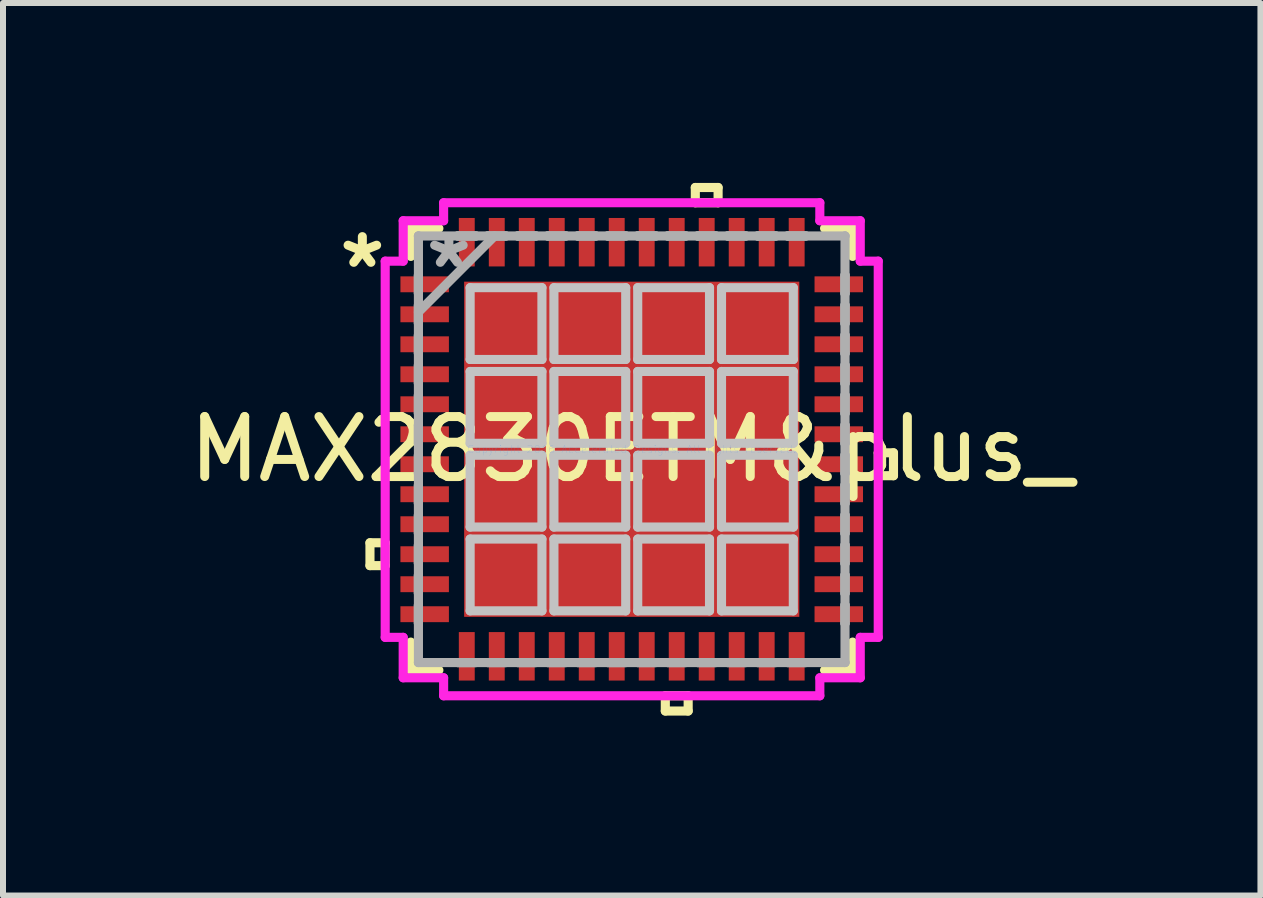
<source format=kicad_pcb>
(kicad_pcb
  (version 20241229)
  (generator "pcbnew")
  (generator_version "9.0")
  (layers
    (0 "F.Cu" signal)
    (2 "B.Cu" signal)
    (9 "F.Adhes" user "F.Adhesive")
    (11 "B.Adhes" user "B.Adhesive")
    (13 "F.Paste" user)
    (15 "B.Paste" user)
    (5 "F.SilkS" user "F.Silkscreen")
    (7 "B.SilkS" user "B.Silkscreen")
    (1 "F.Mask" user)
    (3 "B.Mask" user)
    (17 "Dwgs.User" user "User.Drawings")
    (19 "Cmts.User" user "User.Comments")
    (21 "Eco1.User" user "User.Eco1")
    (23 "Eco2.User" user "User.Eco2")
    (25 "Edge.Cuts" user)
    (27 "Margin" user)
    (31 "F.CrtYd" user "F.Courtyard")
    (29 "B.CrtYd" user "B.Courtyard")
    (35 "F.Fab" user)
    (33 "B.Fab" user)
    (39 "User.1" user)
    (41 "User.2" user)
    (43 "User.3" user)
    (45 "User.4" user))
  (footprint "MAX2830ETM&plus_"
    (layer "F.Cu")
    (at 7.482 4.44)
    (property "Reference" "MAX2830ETM&plus_" (at 0 0 0) (layer "F.SilkS") (effects (font (size 1 1) (thickness 0.15))))
    (attr through_hole)
    (fp_line (start -4.364 1.559) (end -4.364 1.94) (stroke (width 0.152) (type solid)) (layer "F.SilkS"))
    (fp_line (start -4.364 1.94) (end -4.11 1.94) (stroke (width 0.152) (type solid)) (layer "F.SilkS"))
    (fp_line (start -4.11 1.559) (end -4.364 1.559) (stroke (width 0.152) (type solid)) (layer "F.SilkS"))
    (fp_line (start -4.11 1.94) (end -4.11 1.559) (stroke (width 0.152) (type solid)) (layer "F.SilkS"))
    (fp_line (start -3.683 -3.683) (end -3.683 -3.215) (stroke (width 0.152) (type solid)) (layer "F.SilkS"))
    (fp_line (start -3.683 3.215) (end -3.683 3.683) (stroke (width 0.152) (type solid)) (layer "F.SilkS"))
    (fp_line (start -3.683 3.683) (end -3.215 3.683) (stroke (width 0.152) (type solid)) (layer "F.SilkS"))
    (fp_line (start -3.215 -3.683) (end -3.683 -3.683) (stroke (width 0.152) (type solid)) (layer "F.SilkS"))
    (fp_line (start 0.56 4.11) (end 0.56 4.364) (stroke (width 0.152) (type solid)) (layer "F.SilkS"))
    (fp_line (start 0.56 4.364) (end 0.941 4.364) (stroke (width 0.152) (type solid)) (layer "F.SilkS"))
    (fp_line (start 0.941 4.11) (end 0.56 4.11) (stroke (width 0.152) (type solid)) (layer "F.SilkS"))
    (fp_line (start 0.941 4.364) (end 0.941 4.11) (stroke (width 0.152) (type solid)) (layer "F.SilkS"))
    (fp_line (start 1.06 -4.364) (end 1.44 -4.364) (stroke (width 0.152) (type solid)) (layer "F.SilkS"))
    (fp_line (start 1.06 -4.11) (end 1.06 -4.364) (stroke (width 0.152) (type solid)) (layer "F.SilkS"))
    (fp_line (start 1.44 -4.364) (end 1.44 -4.11) (stroke (width 0.152) (type solid)) (layer "F.SilkS"))
    (fp_line (start 1.44 -4.11) (end 1.06 -4.11) (stroke (width 0.152) (type solid)) (layer "F.SilkS"))
    (fp_line (start 3.215 3.683) (end 3.683 3.683) (stroke (width 0.152) (type solid)) (layer "F.SilkS"))
    (fp_line (start 3.683 -3.683) (end 3.215 -3.683) (stroke (width 0.152) (type solid)) (layer "F.SilkS"))
    (fp_line (start 3.683 -3.215) (end 3.683 -3.683) (stroke (width 0.152) (type solid)) (layer "F.SilkS"))
    (fp_line (start 3.683 3.683) (end 3.683 3.215) (stroke (width 0.152) (type solid)) (layer "F.SilkS"))
    (fp_line (start 4.11 0.059) (end 4.364 0.059) (stroke (width 0.152) (type solid)) (layer "F.SilkS"))
    (fp_line (start 4.11 0.441) (end 4.11 0.059) (stroke (width 0.152) (type solid)) (layer "F.SilkS"))
    (fp_line (start 4.364 0.059) (end 4.364 0.441) (stroke (width 0.152) (type solid)) (layer "F.SilkS"))
    (fp_line (start 4.364 0.441) (end 4.11 0.441) (stroke (width 0.152) (type solid)) (layer "F.SilkS"))
    (fp_line (start -2.694 -2.694) (end -2.694 -1.497) (stroke (width 0.152) (type solid)) (layer "Dwgs.User"))
    (fp_line (start -2.694 -1.497) (end -1.497 -1.497) (stroke (width 0.152) (type solid)) (layer "Dwgs.User"))
    (fp_line (start -2.694 -1.297) (end -2.694 -0.1) (stroke (width 0.152) (type solid)) (layer "Dwgs.User"))
    (fp_line (start -2.694 -0.1) (end -1.497 -0.1) (stroke (width 0.152) (type solid)) (layer "Dwgs.User"))
    (fp_line (start -2.694 0.1) (end -2.694 1.297) (stroke (width 0.152) (type solid)) (layer "Dwgs.User"))
    (fp_line (start -2.694 1.297) (end -1.497 1.297) (stroke (width 0.152) (type solid)) (layer "Dwgs.User"))
    (fp_line (start -2.694 1.497) (end -2.694 2.694) (stroke (width 0.152) (type solid)) (layer "Dwgs.User"))
    (fp_line (start -2.694 2.694) (end -1.497 2.694) (stroke (width 0.152) (type solid)) (layer "Dwgs.User"))
    (fp_line (start -1.497 -2.694) (end -2.694 -2.694) (stroke (width 0.152) (type solid)) (layer "Dwgs.User"))
    (fp_line (start -1.497 -1.497) (end -1.497 -2.694) (stroke (width 0.152) (type solid)) (layer "Dwgs.User"))
    (fp_line (start -1.497 -1.297) (end -2.694 -1.297) (stroke (width 0.152) (type solid)) (layer "Dwgs.User"))
    (fp_line (start -1.497 -0.1) (end -1.497 -1.297) (stroke (width 0.152) (type solid)) (layer "Dwgs.User"))
    (fp_line (start -1.497 0.1) (end -2.694 0.1) (stroke (width 0.152) (type solid)) (layer "Dwgs.User"))
    (fp_line (start -1.497 1.297) (end -1.497 0.1) (stroke (width 0.152) (type solid)) (layer "Dwgs.User"))
    (fp_line (start -1.497 1.497) (end -2.694 1.497) (stroke (width 0.152) (type solid)) (layer "Dwgs.User"))
    (fp_line (start -1.497 2.694) (end -1.497 1.497) (stroke (width 0.152) (type solid)) (layer "Dwgs.User"))
    (fp_line (start -1.297 -2.694) (end -1.297 -1.497) (stroke (width 0.152) (type solid)) (layer "Dwgs.User"))
    (fp_line (start -1.297 -1.497) (end -0.1 -1.497) (stroke (width 0.152) (type solid)) (layer "Dwgs.User"))
    (fp_line (start -1.297 -1.297) (end -1.297 -0.1) (stroke (width 0.152) (type solid)) (layer "Dwgs.User"))
    (fp_line (start -1.297 -0.1) (end -0.1 -0.1) (stroke (width 0.152) (type solid)) (layer "Dwgs.User"))
    (fp_line (start -1.297 0.1) (end -1.297 1.297) (stroke (width 0.152) (type solid)) (layer "Dwgs.User"))
    (fp_line (start -1.297 1.297) (end -0.1 1.297) (stroke (width 0.152) (type solid)) (layer "Dwgs.User"))
    (fp_line (start -1.297 1.497) (end -1.297 2.694) (stroke (width 0.152) (type solid)) (layer "Dwgs.User"))
    (fp_line (start -1.297 2.694) (end -0.1 2.694) (stroke (width 0.152) (type solid)) (layer "Dwgs.User"))
    (fp_line (start -0.1 -2.694) (end -1.297 -2.694) (stroke (width 0.152) (type solid)) (layer "Dwgs.User"))
    (fp_line (start -0.1 -1.497) (end -0.1 -2.694) (stroke (width 0.152) (type solid)) (layer "Dwgs.User"))
    (fp_line (start -0.1 -1.297) (end -1.297 -1.297) (stroke (width 0.152) (type solid)) (layer "Dwgs.User"))
    (fp_line (start -0.1 -0.1) (end -0.1 -1.297) (stroke (width 0.152) (type solid)) (layer "Dwgs.User"))
    (fp_line (start -0.1 0.1) (end -1.297 0.1) (stroke (width 0.152) (type solid)) (layer "Dwgs.User"))
    (fp_line (start -0.1 1.297) (end -0.1 0.1) (stroke (width 0.152) (type solid)) (layer "Dwgs.User"))
    (fp_line (start -0.1 1.497) (end -1.297 1.497) (stroke (width 0.152) (type solid)) (layer "Dwgs.User"))
    (fp_line (start -0.1 2.694) (end -0.1 1.497) (stroke (width 0.152) (type solid)) (layer "Dwgs.User"))
    (fp_line (start 0.1 -2.694) (end 0.1 -1.497) (stroke (width 0.152) (type solid)) (layer "Dwgs.User"))
    (fp_line (start 0.1 -1.497) (end 1.297 -1.497) (stroke (width 0.152) (type solid)) (layer "Dwgs.User"))
    (fp_line (start 0.1 -1.297) (end 0.1 -0.1) (stroke (width 0.152) (type solid)) (layer "Dwgs.User"))
    (fp_line (start 0.1 -0.1) (end 1.297 -0.1) (stroke (width 0.152) (type solid)) (layer "Dwgs.User"))
    (fp_line (start 0.1 0.1) (end 0.1 1.297) (stroke (width 0.152) (type solid)) (layer "Dwgs.User"))
    (fp_line (start 0.1 1.297) (end 1.297 1.297) (stroke (width 0.152) (type solid)) (layer "Dwgs.User"))
    (fp_line (start 0.1 1.497) (end 0.1 2.694) (stroke (width 0.152) (type solid)) (layer "Dwgs.User"))
    (fp_line (start 0.1 2.694) (end 1.297 2.694) (stroke (width 0.152) (type solid)) (layer "Dwgs.User"))
    (fp_line (start 1.297 -2.694) (end 0.1 -2.694) (stroke (width 0.152) (type solid)) (layer "Dwgs.User"))
    (fp_line (start 1.297 -1.497) (end 1.297 -2.694) (stroke (width 0.152) (type solid)) (layer "Dwgs.User"))
    (fp_line (start 1.297 -1.297) (end 0.1 -1.297) (stroke (width 0.152) (type solid)) (layer "Dwgs.User"))
    (fp_line (start 1.297 -0.1) (end 1.297 -1.297) (stroke (width 0.152) (type solid)) (layer "Dwgs.User"))
    (fp_line (start 1.297 0.1) (end 0.1 0.1) (stroke (width 0.152) (type solid)) (layer "Dwgs.User"))
    (fp_line (start 1.297 1.297) (end 1.297 0.1) (stroke (width 0.152) (type solid)) (layer "Dwgs.User"))
    (fp_line (start 1.297 1.497) (end 0.1 1.497) (stroke (width 0.152) (type solid)) (layer "Dwgs.User"))
    (fp_line (start 1.297 2.694) (end 1.297 1.497) (stroke (width 0.152) (type solid)) (layer "Dwgs.User"))
    (fp_line (start 1.497 -2.694) (end 1.497 -1.497) (stroke (width 0.152) (type solid)) (layer "Dwgs.User"))
    (fp_line (start 1.497 -1.497) (end 2.694 -1.497) (stroke (width 0.152) (type solid)) (layer "Dwgs.User"))
    (fp_line (start 1.497 -1.297) (end 1.497 -0.1) (stroke (width 0.152) (type solid)) (layer "Dwgs.User"))
    (fp_line (start 1.497 -0.1) (end 2.694 -0.1) (stroke (width 0.152) (type solid)) (layer "Dwgs.User"))
    (fp_line (start 1.497 0.1) (end 1.497 1.297) (stroke (width 0.152) (type solid)) (layer "Dwgs.User"))
    (fp_line (start 1.497 1.297) (end 2.694 1.297) (stroke (width 0.152) (type solid)) (layer "Dwgs.User"))
    (fp_line (start 1.497 1.497) (end 1.497 2.694) (stroke (width 0.152) (type solid)) (layer "Dwgs.User"))
    (fp_line (start 1.497 2.694) (end 2.694 2.694) (stroke (width 0.152) (type solid)) (layer "Dwgs.User"))
    (fp_line (start 2.694 -2.694) (end 1.497 -2.694) (stroke (width 0.152) (type solid)) (layer "Dwgs.User"))
    (fp_line (start 2.694 -1.497) (end 2.694 -2.694) (stroke (width 0.152) (type solid)) (layer "Dwgs.User"))
    (fp_line (start 2.694 -1.297) (end 1.497 -1.297) (stroke (width 0.152) (type solid)) (layer "Dwgs.User"))
    (fp_line (start 2.694 -0.1) (end 2.694 -1.297) (stroke (width 0.152) (type solid)) (layer "Dwgs.User"))
    (fp_line (start 2.694 0.1) (end 1.497 0.1) (stroke (width 0.152) (type solid)) (layer "Dwgs.User"))
    (fp_line (start 2.694 1.297) (end 2.694 0.1) (stroke (width 0.152) (type solid)) (layer "Dwgs.User"))
    (fp_line (start 2.694 1.497) (end 1.497 1.497) (stroke (width 0.152) (type solid)) (layer "Dwgs.User"))
    (fp_line (start 2.694 2.694) (end 2.694 1.497) (stroke (width 0.152) (type solid)) (layer "Dwgs.User"))
    (fp_line (start -4.11 -3.136) (end -3.81 -3.136) (stroke (width 0.152) (type solid)) (layer "F.CrtYd"))
    (fp_line (start -4.11 3.136) (end -4.11 -3.136) (stroke (width 0.152) (type solid)) (layer "F.CrtYd"))
    (fp_line (start -3.81 -3.81) (end -3.136 -3.81) (stroke (width 0.152) (type solid)) (layer "F.CrtYd"))
    (fp_line (start -3.81 -3.136) (end -3.81 -3.81) (stroke (width 0.152) (type solid)) (layer "F.CrtYd"))
    (fp_line (start -3.81 3.136) (end -4.11 3.136) (stroke (width 0.152) (type solid)) (layer "F.CrtYd"))
    (fp_line (start -3.81 3.81) (end -3.81 3.136) (stroke (width 0.152) (type solid)) (layer "F.CrtYd"))
    (fp_line (start -3.136 -4.11) (end 3.136 -4.11) (stroke (width 0.152) (type solid)) (layer "F.CrtYd"))
    (fp_line (start -3.136 -3.81) (end -3.136 -4.11) (stroke (width 0.152) (type solid)) (layer "F.CrtYd"))
    (fp_line (start -3.136 3.81) (end -3.81 3.81) (stroke (width 0.152) (type solid)) (layer "F.CrtYd"))
    (fp_line (start -3.136 4.11) (end -3.136 3.81) (stroke (width 0.152) (type solid)) (layer "F.CrtYd"))
    (fp_line (start 3.136 -4.11) (end 3.136 -3.81) (stroke (width 0.152) (type solid)) (layer "F.CrtYd"))
    (fp_line (start 3.136 -3.81) (end 3.81 -3.81) (stroke (width 0.152) (type solid)) (layer "F.CrtYd"))
    (fp_line (start 3.136 3.81) (end 3.136 4.11) (stroke (width 0.152) (type solid)) (layer "F.CrtYd"))
    (fp_line (start 3.136 4.11) (end -3.136 4.11) (stroke (width 0.152) (type solid)) (layer "F.CrtYd"))
    (fp_line (start 3.81 -3.81) (end 3.81 -3.136) (stroke (width 0.152) (type solid)) (layer "F.CrtYd"))
    (fp_line (start 3.81 -3.136) (end 4.11 -3.136) (stroke (width 0.152) (type solid)) (layer "F.CrtYd"))
    (fp_line (start 3.81 3.136) (end 3.81 3.81) (stroke (width 0.152) (type solid)) (layer "F.CrtYd"))
    (fp_line (start 3.81 3.81) (end 3.136 3.81) (stroke (width 0.152) (type solid)) (layer "F.CrtYd"))
    (fp_line (start 4.11 -3.136) (end 4.11 3.136) (stroke (width 0.152) (type solid)) (layer "F.CrtYd"))
    (fp_line (start 4.11 3.136) (end 3.81 3.136) (stroke (width 0.152) (type solid)) (layer "F.CrtYd"))
    (fp_line (start -3.556 -3.556) (end -3.556 -3.556) (stroke (width 0.152) (type solid)) (layer "F.Fab"))
    (fp_line (start -3.556 -3.556) (end -3.556 3.556) (stroke (width 0.152) (type solid)) (layer "F.Fab"))
    (fp_line (start -3.556 -2.902) (end -3.556 -2.902) (stroke (width 0.152) (type solid)) (layer "F.Fab"))
    (fp_line (start -3.556 -2.902) (end -3.556 -2.598) (stroke (width 0.152) (type solid)) (layer "F.Fab"))
    (fp_line (start -3.556 -2.598) (end -3.556 -2.902) (stroke (width 0.152) (type solid)) (layer "F.Fab"))
    (fp_line (start -3.556 -2.598) (end -3.556 -2.598) (stroke (width 0.152) (type solid)) (layer "F.Fab"))
    (fp_line (start -3.556 -2.402) (end -3.556 -2.402) (stroke (width 0.152) (type solid)) (layer "F.Fab"))
    (fp_line (start -3.556 -2.402) (end -3.556 -2.098) (stroke (width 0.152) (type solid)) (layer "F.Fab"))
    (fp_line (start -3.556 -2.286) (end -2.286 -3.556) (stroke (width 0.152) (type solid)) (layer "F.Fab"))
    (fp_line (start -3.556 -2.098) (end -3.556 -2.402) (stroke (width 0.152) (type solid)) (layer "F.Fab"))
    (fp_line (start -3.556 -2.098) (end -3.556 -2.098) (stroke (width 0.152) (type solid)) (layer "F.Fab"))
    (fp_line (start -3.556 -1.902) (end -3.556 -1.902) (stroke (width 0.152) (type solid)) (layer "F.Fab"))
    (fp_line (start -3.556 -1.902) (end -3.556 -1.598) (stroke (width 0.152) (type solid)) (layer "F.Fab"))
    (fp_line (start -3.556 -1.598) (end -3.556 -1.902) (stroke (width 0.152) (type solid)) (layer "F.Fab"))
    (fp_line (start -3.556 -1.598) (end -3.556 -1.598) (stroke (width 0.152) (type solid)) (layer "F.Fab"))
    (fp_line (start -3.556 -1.402) (end -3.556 -1.402) (stroke (width 0.152) (type solid)) (layer "F.Fab"))
    (fp_line (start -3.556 -1.402) (end -3.556 -1.098) (stroke (width 0.152) (type solid)) (layer "F.Fab"))
    (fp_line (start -3.556 -1.098) (end -3.556 -1.402) (stroke (width 0.152) (type solid)) (layer "F.Fab"))
    (fp_line (start -3.556 -1.098) (end -3.556 -1.098) (stroke (width 0.152) (type solid)) (layer "F.Fab"))
    (fp_line (start -3.556 -0.902) (end -3.556 -0.902) (stroke (width 0.152) (type solid)) (layer "F.Fab"))
    (fp_line (start -3.556 -0.902) (end -3.556 -0.598) (stroke (width 0.152) (type solid)) (layer "F.Fab"))
    (fp_line (start -3.556 -0.598) (end -3.556 -0.902) (stroke (width 0.152) (type solid)) (layer "F.Fab"))
    (fp_line (start -3.556 -0.598) (end -3.556 -0.598) (stroke (width 0.152) (type solid)) (layer "F.Fab"))
    (fp_line (start -3.556 -0.402) (end -3.556 -0.402) (stroke (width 0.152) (type solid)) (layer "F.Fab"))
    (fp_line (start -3.556 -0.402) (end -3.556 -0.098) (stroke (width 0.152) (type solid)) (layer "F.Fab"))
    (fp_line (start -3.556 -0.098) (end -3.556 -0.402) (stroke (width 0.152) (type solid)) (layer "F.Fab"))
    (fp_line (start -3.556 -0.098) (end -3.556 -0.098) (stroke (width 0.152) (type solid)) (layer "F.Fab"))
    (fp_line (start -3.556 0.098) (end -3.556 0.098) (stroke (width 0.152) (type solid)) (layer "F.Fab"))
    (fp_line (start -3.556 0.098) (end -3.556 0.402) (stroke (width 0.152) (type solid)) (layer "F.Fab"))
    (fp_line (start -3.556 0.402) (end -3.556 0.098) (stroke (width 0.152) (type solid)) (layer "F.Fab"))
    (fp_line (start -3.556 0.402) (end -3.556 0.402) (stroke (width 0.152) (type solid)) (layer "F.Fab"))
    (fp_line (start -3.556 0.598) (end -3.556 0.598) (stroke (width 0.152) (type solid)) (layer "F.Fab"))
    (fp_line (start -3.556 0.598) (end -3.556 0.902) (stroke (width 0.152) (type solid)) (layer "F.Fab"))
    (fp_line (start -3.556 0.902) (end -3.556 0.598) (stroke (width 0.152) (type solid)) (layer "F.Fab"))
    (fp_line (start -3.556 0.902) (end -3.556 0.902) (stroke (width 0.152) (type solid)) (layer "F.Fab"))
    (fp_line (start -3.556 1.098) (end -3.556 1.098) (stroke (width 0.152) (type solid)) (layer "F.Fab"))
    (fp_line (start -3.556 1.098) (end -3.556 1.402) (stroke (width 0.152) (type solid)) (layer "F.Fab"))
    (fp_line (start -3.556 1.402) (end -3.556 1.098) (stroke (width 0.152) (type solid)) (layer "F.Fab"))
    (fp_line (start -3.556 1.402) (end -3.556 1.402) (stroke (width 0.152) (type solid)) (layer "F.Fab"))
    (fp_line (start -3.556 1.598) (end -3.556 1.598) (stroke (width 0.152) (type solid)) (layer "F.Fab"))
    (fp_line (start -3.556 1.598) (end -3.556 1.902) (stroke (width 0.152) (type solid)) (layer "F.Fab"))
    (fp_line (start -3.556 1.902) (end -3.556 1.598) (stroke (width 0.152) (type solid)) (layer "F.Fab"))
    (fp_line (start -3.556 1.902) (end -3.556 1.902) (stroke (width 0.152) (type solid)) (layer "F.Fab"))
    (fp_line (start -3.556 2.098) (end -3.556 2.098) (stroke (width 0.152) (type solid)) (layer "F.Fab"))
    (fp_line (start -3.556 2.098) (end -3.556 2.402) (stroke (width 0.152) (type solid)) (layer "F.Fab"))
    (fp_line (start -3.556 2.402) (end -3.556 2.098) (stroke (width 0.152) (type solid)) (layer "F.Fab"))
    (fp_line (start -3.556 2.402) (end -3.556 2.402) (stroke (width 0.152) (type solid)) (layer "F.Fab"))
    (fp_line (start -3.556 2.598) (end -3.556 2.598) (stroke (width 0.152) (type solid)) (layer "F.Fab"))
    (fp_line (start -3.556 2.598) (end -3.556 2.902) (stroke (width 0.152) (type solid)) (layer "F.Fab"))
    (fp_line (start -3.556 2.902) (end -3.556 2.598) (stroke (width 0.152) (type solid)) (layer "F.Fab"))
    (fp_line (start -3.556 2.902) (end -3.556 2.902) (stroke (width 0.152) (type solid)) (layer "F.Fab"))
    (fp_line (start -3.556 3.556) (end -3.556 3.556) (stroke (width 0.152) (type solid)) (layer "F.Fab"))
    (fp_line (start -3.556 3.556) (end 3.556 3.556) (stroke (width 0.152) (type solid)) (layer "F.Fab"))
    (fp_line (start -2.902 -3.556) (end -2.902 -3.556) (stroke (width 0.152) (type solid)) (layer "F.Fab"))
    (fp_line (start -2.902 -3.556) (end -2.598 -3.556) (stroke (width 0.152) (type solid)) (layer "F.Fab"))
    (fp_line (start -2.902 3.556) (end -2.902 3.556) (stroke (width 0.152) (type solid)) (layer "F.Fab"))
    (fp_line (start -2.902 3.556) (end -2.598 3.556) (stroke (width 0.152) (type solid)) (layer "F.Fab"))
    (fp_line (start -2.598 -3.556) (end -2.902 -3.556) (stroke (width 0.152) (type solid)) (layer "F.Fab"))
    (fp_line (start -2.598 -3.556) (end -2.598 -3.556) (stroke (width 0.152) (type solid)) (layer "F.Fab"))
    (fp_line (start -2.598 3.556) (end -2.902 3.556) (stroke (width 0.152) (type solid)) (layer "F.Fab"))
    (fp_line (start -2.598 3.556) (end -2.598 3.556) (stroke (width 0.152) (type solid)) (layer "F.Fab"))
    (fp_line (start -2.402 -3.556) (end -2.402 -3.556) (stroke (width 0.152) (type solid)) (layer "F.Fab"))
    (fp_line (start -2.402 -3.556) (end -2.098 -3.556) (stroke (width 0.152) (type solid)) (layer "F.Fab"))
    (fp_line (start -2.402 3.556) (end -2.402 3.556) (stroke (width 0.152) (type solid)) (layer "F.Fab"))
    (fp_line (start -2.402 3.556) (end -2.098 3.556) (stroke (width 0.152) (type solid)) (layer "F.Fab"))
    (fp_line (start -2.098 -3.556) (end -2.402 -3.556) (stroke (width 0.152) (type solid)) (layer "F.Fab"))
    (fp_line (start -2.098 -3.556) (end -2.098 -3.556) (stroke (width 0.152) (type solid)) (layer "F.Fab"))
    (fp_line (start -2.098 3.556) (end -2.402 3.556) (stroke (width 0.152) (type solid)) (layer "F.Fab"))
    (fp_line (start -2.098 3.556) (end -2.098 3.556) (stroke (width 0.152) (type solid)) (layer "F.Fab"))
    (fp_line (start -1.902 -3.556) (end -1.902 -3.556) (stroke (width 0.152) (type solid)) (layer "F.Fab"))
    (fp_line (start -1.902 -3.556) (end -1.598 -3.556) (stroke (width 0.152) (type solid)) (layer "F.Fab"))
    (fp_line (start -1.902 3.556) (end -1.902 3.556) (stroke (width 0.152) (type solid)) (layer "F.Fab"))
    (fp_line (start -1.902 3.556) (end -1.598 3.556) (stroke (width 0.152) (type solid)) (layer "F.Fab"))
    (fp_line (start -1.598 -3.556) (end -1.902 -3.556) (stroke (width 0.152) (type solid)) (layer "F.Fab"))
    (fp_line (start -1.598 -3.556) (end -1.598 -3.556) (stroke (width 0.152) (type solid)) (layer "F.Fab"))
    (fp_line (start -1.598 3.556) (end -1.902 3.556) (stroke (width 0.152) (type solid)) (layer "F.Fab"))
    (fp_line (start -1.598 3.556) (end -1.598 3.556) (stroke (width 0.152) (type solid)) (layer "F.Fab"))
    (fp_line (start -1.402 -3.556) (end -1.402 -3.556) (stroke (width 0.152) (type solid)) (layer "F.Fab"))
    (fp_line (start -1.402 -3.556) (end -1.098 -3.556) (stroke (width 0.152) (type solid)) (layer "F.Fab"))
    (fp_line (start -1.402 3.556) (end -1.402 3.556) (stroke (width 0.152) (type solid)) (layer "F.Fab"))
    (fp_line (start -1.402 3.556) (end -1.098 3.556) (stroke (width 0.152) (type solid)) (layer "F.Fab"))
    (fp_line (start -1.098 -3.556) (end -1.402 -3.556) (stroke (width 0.152) (type solid)) (layer "F.Fab"))
    (fp_line (start -1.098 -3.556) (end -1.098 -3.556) (stroke (width 0.152) (type solid)) (layer "F.Fab"))
    (fp_line (start -1.098 3.556) (end -1.402 3.556) (stroke (width 0.152) (type solid)) (layer "F.Fab"))
    (fp_line (start -1.098 3.556) (end -1.098 3.556) (stroke (width 0.152) (type solid)) (layer "F.Fab"))
    (fp_line (start -0.902 -3.556) (end -0.902 -3.556) (stroke (width 0.152) (type solid)) (layer "F.Fab"))
    (fp_line (start -0.902 -3.556) (end -0.598 -3.556) (stroke (width 0.152) (type solid)) (layer "F.Fab"))
    (fp_line (start -0.902 3.556) (end -0.902 3.556) (stroke (width 0.152) (type solid)) (layer "F.Fab"))
    (fp_line (start -0.902 3.556) (end -0.598 3.556) (stroke (width 0.152) (type solid)) (layer "F.Fab"))
    (fp_line (start -0.598 -3.556) (end -0.902 -3.556) (stroke (width 0.152) (type solid)) (layer "F.Fab"))
    (fp_line (start -0.598 -3.556) (end -0.598 -3.556) (stroke (width 0.152) (type solid)) (layer "F.Fab"))
    (fp_line (start -0.598 3.556) (end -0.902 3.556) (stroke (width 0.152) (type solid)) (layer "F.Fab"))
    (fp_line (start -0.598 3.556) (end -0.598 3.556) (stroke (width 0.152) (type solid)) (layer "F.Fab"))
    (fp_line (start -0.402 -3.556) (end -0.402 -3.556) (stroke (width 0.152) (type solid)) (layer "F.Fab"))
    (fp_line (start -0.402 -3.556) (end -0.098 -3.556) (stroke (width 0.152) (type solid)) (layer "F.Fab"))
    (fp_line (start -0.402 3.556) (end -0.402 3.556) (stroke (width 0.152) (type solid)) (layer "F.Fab"))
    (fp_line (start -0.402 3.556) (end -0.098 3.556) (stroke (width 0.152) (type solid)) (layer "F.Fab"))
    (fp_line (start -0.098 -3.556) (end -0.402 -3.556) (stroke (width 0.152) (type solid)) (layer "F.Fab"))
    (fp_line (start -0.098 -3.556) (end -0.098 -3.556) (stroke (width 0.152) (type solid)) (layer "F.Fab"))
    (fp_line (start -0.098 3.556) (end -0.402 3.556) (stroke (width 0.152) (type solid)) (layer "F.Fab"))
    (fp_line (start -0.098 3.556) (end -0.098 3.556) (stroke (width 0.152) (type solid)) (layer "F.Fab"))
    (fp_line (start 0.098 -3.556) (end 0.098 -3.556) (stroke (width 0.152) (type solid)) (layer "F.Fab"))
    (fp_line (start 0.098 -3.556) (end 0.402 -3.556) (stroke (width 0.152) (type solid)) (layer "F.Fab"))
    (fp_line (start 0.098 3.556) (end 0.098 3.556) (stroke (width 0.152) (type solid)) (layer "F.Fab"))
    (fp_line (start 0.098 3.556) (end 0.402 3.556) (stroke (width 0.152) (type solid)) (layer "F.Fab"))
    (fp_line (start 0.402 -3.556) (end 0.098 -3.556) (stroke (width 0.152) (type solid)) (layer "F.Fab"))
    (fp_line (start 0.402 -3.556) (end 0.402 -3.556) (stroke (width 0.152) (type solid)) (layer "F.Fab"))
    (fp_line (start 0.402 3.556) (end 0.098 3.556) (stroke (width 0.152) (type solid)) (layer "F.Fab"))
    (fp_line (start 0.402 3.556) (end 0.402 3.556) (stroke (width 0.152) (type solid)) (layer "F.Fab"))
    (fp_line (start 0.598 -3.556) (end 0.598 -3.556) (stroke (width 0.152) (type solid)) (layer "F.Fab"))
    (fp_line (start 0.598 -3.556) (end 0.902 -3.556) (stroke (width 0.152) (type solid)) (layer "F.Fab"))
    (fp_line (start 0.598 3.556) (end 0.598 3.556) (stroke (width 0.152) (type solid)) (layer "F.Fab"))
    (fp_line (start 0.598 3.556) (end 0.902 3.556) (stroke (width 0.152) (type solid)) (layer "F.Fab"))
    (fp_line (start 0.902 -3.556) (end 0.598 -3.556) (stroke (width 0.152) (type solid)) (layer "F.Fab"))
    (fp_line (start 0.902 -3.556) (end 0.902 -3.556) (stroke (width 0.152) (type solid)) (layer "F.Fab"))
    (fp_line (start 0.902 3.556) (end 0.598 3.556) (stroke (width 0.152) (type solid)) (layer "F.Fab"))
    (fp_line (start 0.902 3.556) (end 0.902 3.556) (stroke (width 0.152) (type solid)) (layer "F.Fab"))
    (fp_line (start 1.098 -3.556) (end 1.098 -3.556) (stroke (width 0.152) (type solid)) (layer "F.Fab"))
    (fp_line (start 1.098 -3.556) (end 1.402 -3.556) (stroke (width 0.152) (type solid)) (layer "F.Fab"))
    (fp_line (start 1.098 3.556) (end 1.098 3.556) (stroke (width 0.152) (type solid)) (layer "F.Fab"))
    (fp_line (start 1.098 3.556) (end 1.402 3.556) (stroke (width 0.152) (type solid)) (layer "F.Fab"))
    (fp_line (start 1.402 -3.556) (end 1.098 -3.556) (stroke (width 0.152) (type solid)) (layer "F.Fab"))
    (fp_line (start 1.402 -3.556) (end 1.402 -3.556) (stroke (width 0.152) (type solid)) (layer "F.Fab"))
    (fp_line (start 1.402 3.556) (end 1.098 3.556) (stroke (width 0.152) (type solid)) (layer "F.Fab"))
    (fp_line (start 1.402 3.556) (end 1.402 3.556) (stroke (width 0.152) (type solid)) (layer "F.Fab"))
    (fp_line (start 1.598 -3.556) (end 1.598 -3.556) (stroke (width 0.152) (type solid)) (layer "F.Fab"))
    (fp_line (start 1.598 -3.556) (end 1.902 -3.556) (stroke (width 0.152) (type solid)) (layer "F.Fab"))
    (fp_line (start 1.598 3.556) (end 1.598 3.556) (stroke (width 0.152) (type solid)) (layer "F.Fab"))
    (fp_line (start 1.598 3.556) (end 1.902 3.556) (stroke (width 0.152) (type solid)) (layer "F.Fab"))
    (fp_line (start 1.902 -3.556) (end 1.598 -3.556) (stroke (width 0.152) (type solid)) (layer "F.Fab"))
    (fp_line (start 1.902 -3.556) (end 1.902 -3.556) (stroke (width 0.152) (type solid)) (layer "F.Fab"))
    (fp_line (start 1.902 3.556) (end 1.598 3.556) (stroke (width 0.152) (type solid)) (layer "F.Fab"))
    (fp_line (start 1.902 3.556) (end 1.902 3.556) (stroke (width 0.152) (type solid)) (layer "F.Fab"))
    (fp_line (start 2.098 -3.556) (end 2.098 -3.556) (stroke (width 0.152) (type solid)) (layer "F.Fab"))
    (fp_line (start 2.098 -3.556) (end 2.402 -3.556) (stroke (width 0.152) (type solid)) (layer "F.Fab"))
    (fp_line (start 2.098 3.556) (end 2.098 3.556) (stroke (width 0.152) (type solid)) (layer "F.Fab"))
    (fp_line (start 2.098 3.556) (end 2.402 3.556) (stroke (width 0.152) (type solid)) (layer "F.Fab"))
    (fp_line (start 2.402 -3.556) (end 2.098 -3.556) (stroke (width 0.152) (type solid)) (layer "F.Fab"))
    (fp_line (start 2.402 -3.556) (end 2.402 -3.556) (stroke (width 0.152) (type solid)) (layer "F.Fab"))
    (fp_line (start 2.402 3.556) (end 2.098 3.556) (stroke (width 0.152) (type solid)) (layer "F.Fab"))
    (fp_line (start 2.402 3.556) (end 2.402 3.556) (stroke (width 0.152) (type solid)) (layer "F.Fab"))
    (fp_line (start 2.598 -3.556) (end 2.598 -3.556) (stroke (width 0.152) (type solid)) (layer "F.Fab"))
    (fp_line (start 2.598 -3.556) (end 2.902 -3.556) (stroke (width 0.152) (type solid)) (layer "F.Fab"))
    (fp_line (start 2.598 3.556) (end 2.598 3.556) (stroke (width 0.152) (type solid)) (layer "F.Fab"))
    (fp_line (start 2.598 3.556) (end 2.902 3.556) (stroke (width 0.152) (type solid)) (layer "F.Fab"))
    (fp_line (start 2.902 -3.556) (end 2.598 -3.556) (stroke (width 0.152) (type solid)) (layer "F.Fab"))
    (fp_line (start 2.902 -3.556) (end 2.902 -3.556) (stroke (width 0.152) (type solid)) (layer "F.Fab"))
    (fp_line (start 2.902 3.556) (end 2.598 3.556) (stroke (width 0.152) (type solid)) (layer "F.Fab"))
    (fp_line (start 2.902 3.556) (end 2.902 3.556) (stroke (width 0.152) (type solid)) (layer "F.Fab"))
    (fp_line (start 3.556 -3.556) (end -3.556 -3.556) (stroke (width 0.152) (type solid)) (layer "F.Fab"))
    (fp_line (start 3.556 -3.556) (end 3.556 -3.556) (stroke (width 0.152) (type solid)) (layer "F.Fab"))
    (fp_line (start 3.556 -2.902) (end 3.556 -2.902) (stroke (width 0.152) (type solid)) (layer "F.Fab"))
    (fp_line (start 3.556 -2.902) (end 3.556 -2.598) (stroke (width 0.152) (type solid)) (layer "F.Fab"))
    (fp_line (start 3.556 -2.598) (end 3.556 -2.902) (stroke (width 0.152) (type solid)) (layer "F.Fab"))
    (fp_line (start 3.556 -2.598) (end 3.556 -2.598) (stroke (width 0.152) (type solid)) (layer "F.Fab"))
    (fp_line (start 3.556 -2.402) (end 3.556 -2.402) (stroke (width 0.152) (type solid)) (layer "F.Fab"))
    (fp_line (start 3.556 -2.402) (end 3.556 -2.098) (stroke (width 0.152) (type solid)) (layer "F.Fab"))
    (fp_line (start 3.556 -2.098) (end 3.556 -2.402) (stroke (width 0.152) (type solid)) (layer "F.Fab"))
    (fp_line (start 3.556 -2.098) (end 3.556 -2.098) (stroke (width 0.152) (type solid)) (layer "F.Fab"))
    (fp_line (start 3.556 -1.902) (end 3.556 -1.902) (stroke (width 0.152) (type solid)) (layer "F.Fab"))
    (fp_line (start 3.556 -1.902) (end 3.556 -1.598) (stroke (width 0.152) (type solid)) (layer "F.Fab"))
    (fp_line (start 3.556 -1.598) (end 3.556 -1.902) (stroke (width 0.152) (type solid)) (layer "F.Fab"))
    (fp_line (start 3.556 -1.598) (end 3.556 -1.598) (stroke (width 0.152) (type solid)) (layer "F.Fab"))
    (fp_line (start 3.556 -1.402) (end 3.556 -1.402) (stroke (width 0.152) (type solid)) (layer "F.Fab"))
    (fp_line (start 3.556 -1.402) (end 3.556 -1.098) (stroke (width 0.152) (type solid)) (layer "F.Fab"))
    (fp_line (start 3.556 -1.098) (end 3.556 -1.402) (stroke (width 0.152) (type solid)) (layer "F.Fab"))
    (fp_line (start 3.556 -1.098) (end 3.556 -1.098) (stroke (width 0.152) (type solid)) (layer "F.Fab"))
    (fp_line (start 3.556 -0.902) (end 3.556 -0.902) (stroke (width 0.152) (type solid)) (layer "F.Fab"))
    (fp_line (start 3.556 -0.902) (end 3.556 -0.598) (stroke (width 0.152) (type solid)) (layer "F.Fab"))
    (fp_line (start 3.556 -0.598) (end 3.556 -0.902) (stroke (width 0.152) (type solid)) (layer "F.Fab"))
    (fp_line (start 3.556 -0.598) (end 3.556 -0.598) (stroke (width 0.152) (type solid)) (layer "F.Fab"))
    (fp_line (start 3.556 -0.402) (end 3.556 -0.402) (stroke (width 0.152) (type solid)) (layer "F.Fab"))
    (fp_line (start 3.556 -0.402) (end 3.556 -0.098) (stroke (width 0.152) (type solid)) (layer "F.Fab"))
    (fp_line (start 3.556 -0.098) (end 3.556 -0.402) (stroke (width 0.152) (type solid)) (layer "F.Fab"))
    (fp_line (start 3.556 -0.098) (end 3.556 -0.098) (stroke (width 0.152) (type solid)) (layer "F.Fab"))
    (fp_line (start 3.556 0.098) (end 3.556 0.098) (stroke (width 0.152) (type solid)) (layer "F.Fab"))
    (fp_line (start 3.556 0.098) (end 3.556 0.402) (stroke (width 0.152) (type solid)) (layer "F.Fab"))
    (fp_line (start 3.556 0.402) (end 3.556 0.098) (stroke (width 0.152) (type solid)) (layer "F.Fab"))
    (fp_line (start 3.556 0.402) (end 3.556 0.402) (stroke (width 0.152) (type solid)) (layer "F.Fab"))
    (fp_line (start 3.556 0.598) (end 3.556 0.598) (stroke (width 0.152) (type solid)) (layer "F.Fab"))
    (fp_line (start 3.556 0.598) (end 3.556 0.902) (stroke (width 0.152) (type solid)) (layer "F.Fab"))
    (fp_line (start 3.556 0.902) (end 3.556 0.598) (stroke (width 0.152) (type solid)) (layer "F.Fab"))
    (fp_line (start 3.556 0.902) (end 3.556 0.902) (stroke (width 0.152) (type solid)) (layer "F.Fab"))
    (fp_line (start 3.556 1.098) (end 3.556 1.098) (stroke (width 0.152) (type solid)) (layer "F.Fab"))
    (fp_line (start 3.556 1.098) (end 3.556 1.402) (stroke (width 0.152) (type solid)) (layer "F.Fab"))
    (fp_line (start 3.556 1.402) (end 3.556 1.098) (stroke (width 0.152) (type solid)) (layer "F.Fab"))
    (fp_line (start 3.556 1.402) (end 3.556 1.402) (stroke (width 0.152) (type solid)) (layer "F.Fab"))
    (fp_line (start 3.556 1.598) (end 3.556 1.598) (stroke (width 0.152) (type solid)) (layer "F.Fab"))
    (fp_line (start 3.556 1.598) (end 3.556 1.902) (stroke (width 0.152) (type solid)) (layer "F.Fab"))
    (fp_line (start 3.556 1.902) (end 3.556 1.598) (stroke (width 0.152) (type solid)) (layer "F.Fab"))
    (fp_line (start 3.556 1.902) (end 3.556 1.902) (stroke (width 0.152) (type solid)) (layer "F.Fab"))
    (fp_line (start 3.556 2.098) (end 3.556 2.098) (stroke (width 0.152) (type solid)) (layer "F.Fab"))
    (fp_line (start 3.556 2.098) (end 3.556 2.402) (stroke (width 0.152) (type solid)) (layer "F.Fab"))
    (fp_line (start 3.556 2.402) (end 3.556 2.098) (stroke (width 0.152) (type solid)) (layer "F.Fab"))
    (fp_line (start 3.556 2.402) (end 3.556 2.402) (stroke (width 0.152) (type solid)) (layer "F.Fab"))
    (fp_line (start 3.556 2.598) (end 3.556 2.598) (stroke (width 0.152) (type solid)) (layer "F.Fab"))
    (fp_line (start 3.556 2.598) (end 3.556 2.902) (stroke (width 0.152) (type solid)) (layer "F.Fab"))
    (fp_line (start 3.556 2.902) (end 3.556 2.598) (stroke (width 0.152) (type solid)) (layer "F.Fab"))
    (fp_line (start 3.556 2.902) (end 3.556 2.902) (stroke (width 0.152) (type solid)) (layer "F.Fab"))
    (fp_line (start 3.556 3.556) (end 3.556 -3.556) (stroke (width 0.152) (type solid)) (layer "F.Fab"))
    (fp_line (start 3.556 3.556) (end 3.556 3.556) (stroke (width 0.152) (type solid)) (layer "F.Fab"))
    (fp_text user "*" (at -4.491 -3 0) (layer "F.SilkS") (effects (font (size 1 1) (thickness 0.15))))
    (fp_text user "Copyright 2016 Accelerated Designs. All rights reserved." (at 0 0 0) (layer "Cmts.User") (effects (font (size 0.127 0.127) (thickness 0.002))))
    (fp_text user "*" (at -3.048 -3 0) (layer "F.Fab") (effects (font (size 1 1) (thickness 0.15))))
    (pad "1" smd rect (at -3.452 -2.75 90) (size 0.265 0.808) (layers "F.Cu" "F.Mask" "F.Paste"))
    (pad "2" smd rect (at -3.452 -2.25 90) (size 0.265 0.808) (layers "F.Cu" "F.Mask" "F.Paste"))
    (pad "3" smd rect (at -3.452 -1.75 90) (size 0.265 0.808) (layers "F.Cu" "F.Mask" "F.Paste"))
    (pad "4" smd rect (at -3.452 -1.25 90) (size 0.265 0.808) (layers "F.Cu" "F.Mask" "F.Paste"))
    (pad "5" smd rect (at -3.452 -0.75 90) (size 0.265 0.808) (layers "F.Cu" "F.Mask" "F.Paste"))
    (pad "6" smd rect (at -3.452 -0.25 90) (size 0.265 0.808) (layers "F.Cu" "F.Mask" "F.Paste"))
    (pad "7" smd rect (at -3.452 0.25 90) (size 0.265 0.808) (layers "F.Cu" "F.Mask" "F.Paste"))
    (pad "8" smd rect (at -3.452 0.75 90) (size 0.265 0.808) (layers "F.Cu" "F.Mask" "F.Paste"))
    (pad "9" smd rect (at -3.452 1.25 90) (size 0.265 0.808) (layers "F.Cu" "F.Mask" "F.Paste"))
    (pad "10" smd rect (at -3.452 1.75 90) (size 0.265 0.808) (layers "F.Cu" "F.Mask" "F.Paste"))
    (pad "11" smd rect (at -3.452 2.25 90) (size 0.265 0.808) (layers "F.Cu" "F.Mask" "F.Paste"))
    (pad "12" smd rect (at -3.452 2.75 90) (size 0.265 0.808) (layers "F.Cu" "F.Mask" "F.Paste"))
    (pad "13" smd rect (at -2.75 3.452) (size 0.265 0.808) (layers "F.Cu" "F.Mask" "F.Paste"))
    (pad "14" smd rect (at -2.25 3.452) (size 0.265 0.808) (layers "F.Cu" "F.Mask" "F.Paste"))
    (pad "15" smd rect (at -1.75 3.452) (size 0.265 0.808) (layers "F.Cu" "F.Mask" "F.Paste"))
    (pad "16" smd rect (at -1.25 3.452) (size 0.265 0.808) (layers "F.Cu" "F.Mask" "F.Paste"))
    (pad "17" smd rect (at -0.75 3.452) (size 0.265 0.808) (layers "F.Cu" "F.Mask" "F.Paste"))
    (pad "18" smd rect (at -0.25 3.452) (size 0.265 0.808) (layers "F.Cu" "F.Mask" "F.Paste"))
    (pad "19" smd rect (at 0.25 3.452) (size 0.265 0.808) (layers "F.Cu" "F.Mask" "F.Paste"))
    (pad "20" smd rect (at 0.75 3.452) (size 0.265 0.808) (layers "F.Cu" "F.Mask" "F.Paste"))
    (pad "21" smd rect (at 1.25 3.452) (size 0.265 0.808) (layers "F.Cu" "F.Mask" "F.Paste"))
    (pad "22" smd rect (at 1.75 3.452) (size 0.265 0.808) (layers "F.Cu" "F.Mask" "F.Paste"))
    (pad "23" smd rect (at 2.25 3.452) (size 0.265 0.808) (layers "F.Cu" "F.Mask" "F.Paste"))
    (pad "24" smd rect (at 2.75 3.452) (size 0.265 0.808) (layers "F.Cu" "F.Mask" "F.Paste"))
    (pad "25" smd rect (at 3.452 2.75 90) (size 0.265 0.808) (layers "F.Cu" "F.Mask" "F.Paste"))
    (pad "26" smd rect (at 3.452 2.25 90) (size 0.265 0.808) (layers "F.Cu" "F.Mask" "F.Paste"))
    (pad "27" smd rect (at 3.452 1.75 90) (size 0.265 0.808) (layers "F.Cu" "F.Mask" "F.Paste"))
    (pad "28" smd rect (at 3.452 1.25 90) (size 0.265 0.808) (layers "F.Cu" "F.Mask" "F.Paste"))
    (pad "29" smd rect (at 3.452 0.75 90) (size 0.265 0.808) (layers "F.Cu" "F.Mask" "F.Paste"))
    (pad "30" smd rect (at 3.452 0.25 90) (size 0.265 0.808) (layers "F.Cu" "F.Mask" "F.Paste"))
    (pad "31" smd rect (at 3.452 -0.25 90) (size 0.265 0.808) (layers "F.Cu" "F.Mask" "F.Paste"))
    (pad "32" smd rect (at 3.452 -0.75 90) (size 0.265 0.808) (layers "F.Cu" "F.Mask" "F.Paste"))
    (pad "33" smd rect (at 3.452 -1.25 90) (size 0.265 0.808) (layers "F.Cu" "F.Mask" "F.Paste"))
    (pad "34" smd rect (at 3.452 -1.75 90) (size 0.265 0.808) (layers "F.Cu" "F.Mask" "F.Paste"))
    (pad "35" smd rect (at 3.452 -2.25 90) (size 0.265 0.808) (layers "F.Cu" "F.Mask" "F.Paste"))
    (pad "36" smd rect (at 3.452 -2.75 90) (size 0.265 0.808) (layers "F.Cu" "F.Mask" "F.Paste"))
    (pad "37" smd rect (at 2.75 -3.452) (size 0.265 0.808) (layers "F.Cu" "F.Mask" "F.Paste"))
    (pad "38" smd rect (at 2.25 -3.452) (size 0.265 0.808) (layers "F.Cu" "F.Mask" "F.Paste"))
    (pad "39" smd rect (at 1.75 -3.452) (size 0.265 0.808) (layers "F.Cu" "F.Mask" "F.Paste"))
    (pad "40" smd rect (at 1.25 -3.452) (size 0.265 0.808) (layers "F.Cu" "F.Mask" "F.Paste"))
    (pad "41" smd rect (at 0.75 -3.452) (size 0.265 0.808) (layers "F.Cu" "F.Mask" "F.Paste"))
    (pad "42" smd rect (at 0.25 -3.452) (size 0.265 0.808) (layers "F.Cu" "F.Mask" "F.Paste"))
    (pad "43" smd rect (at -0.25 -3.452) (size 0.265 0.808) (layers "F.Cu" "F.Mask" "F.Paste"))
    (pad "44" smd rect (at -0.75 -3.452) (size 0.265 0.808) (layers "F.Cu" "F.Mask" "F.Paste"))
    (pad "45" smd rect (at -1.25 -3.452) (size 0.265 0.808) (layers "F.Cu" "F.Mask" "F.Paste"))
    (pad "46" smd rect (at -1.75 -3.452) (size 0.265 0.808) (layers "F.Cu" "F.Mask" "F.Paste"))
    (pad "47" smd rect (at -2.25 -3.452) (size 0.265 0.808) (layers "F.Cu" "F.Mask" "F.Paste"))
    (pad "48" smd rect (at -2.75 -3.452) (size 0.265 0.808) (layers "F.Cu" "F.Mask" "F.Paste"))
    (pad "49" smd rect (at 0 0) (size 5.588 5.588) (layers "F.Cu" "F.Mask" "F.Paste")))
  (gr_rect
    (start -3 -3)
    (end 17.964 11.88)
    (stroke (width 0.1) (type default))
    (fill no)
    (layer "Edge.Cuts")))
</source>
